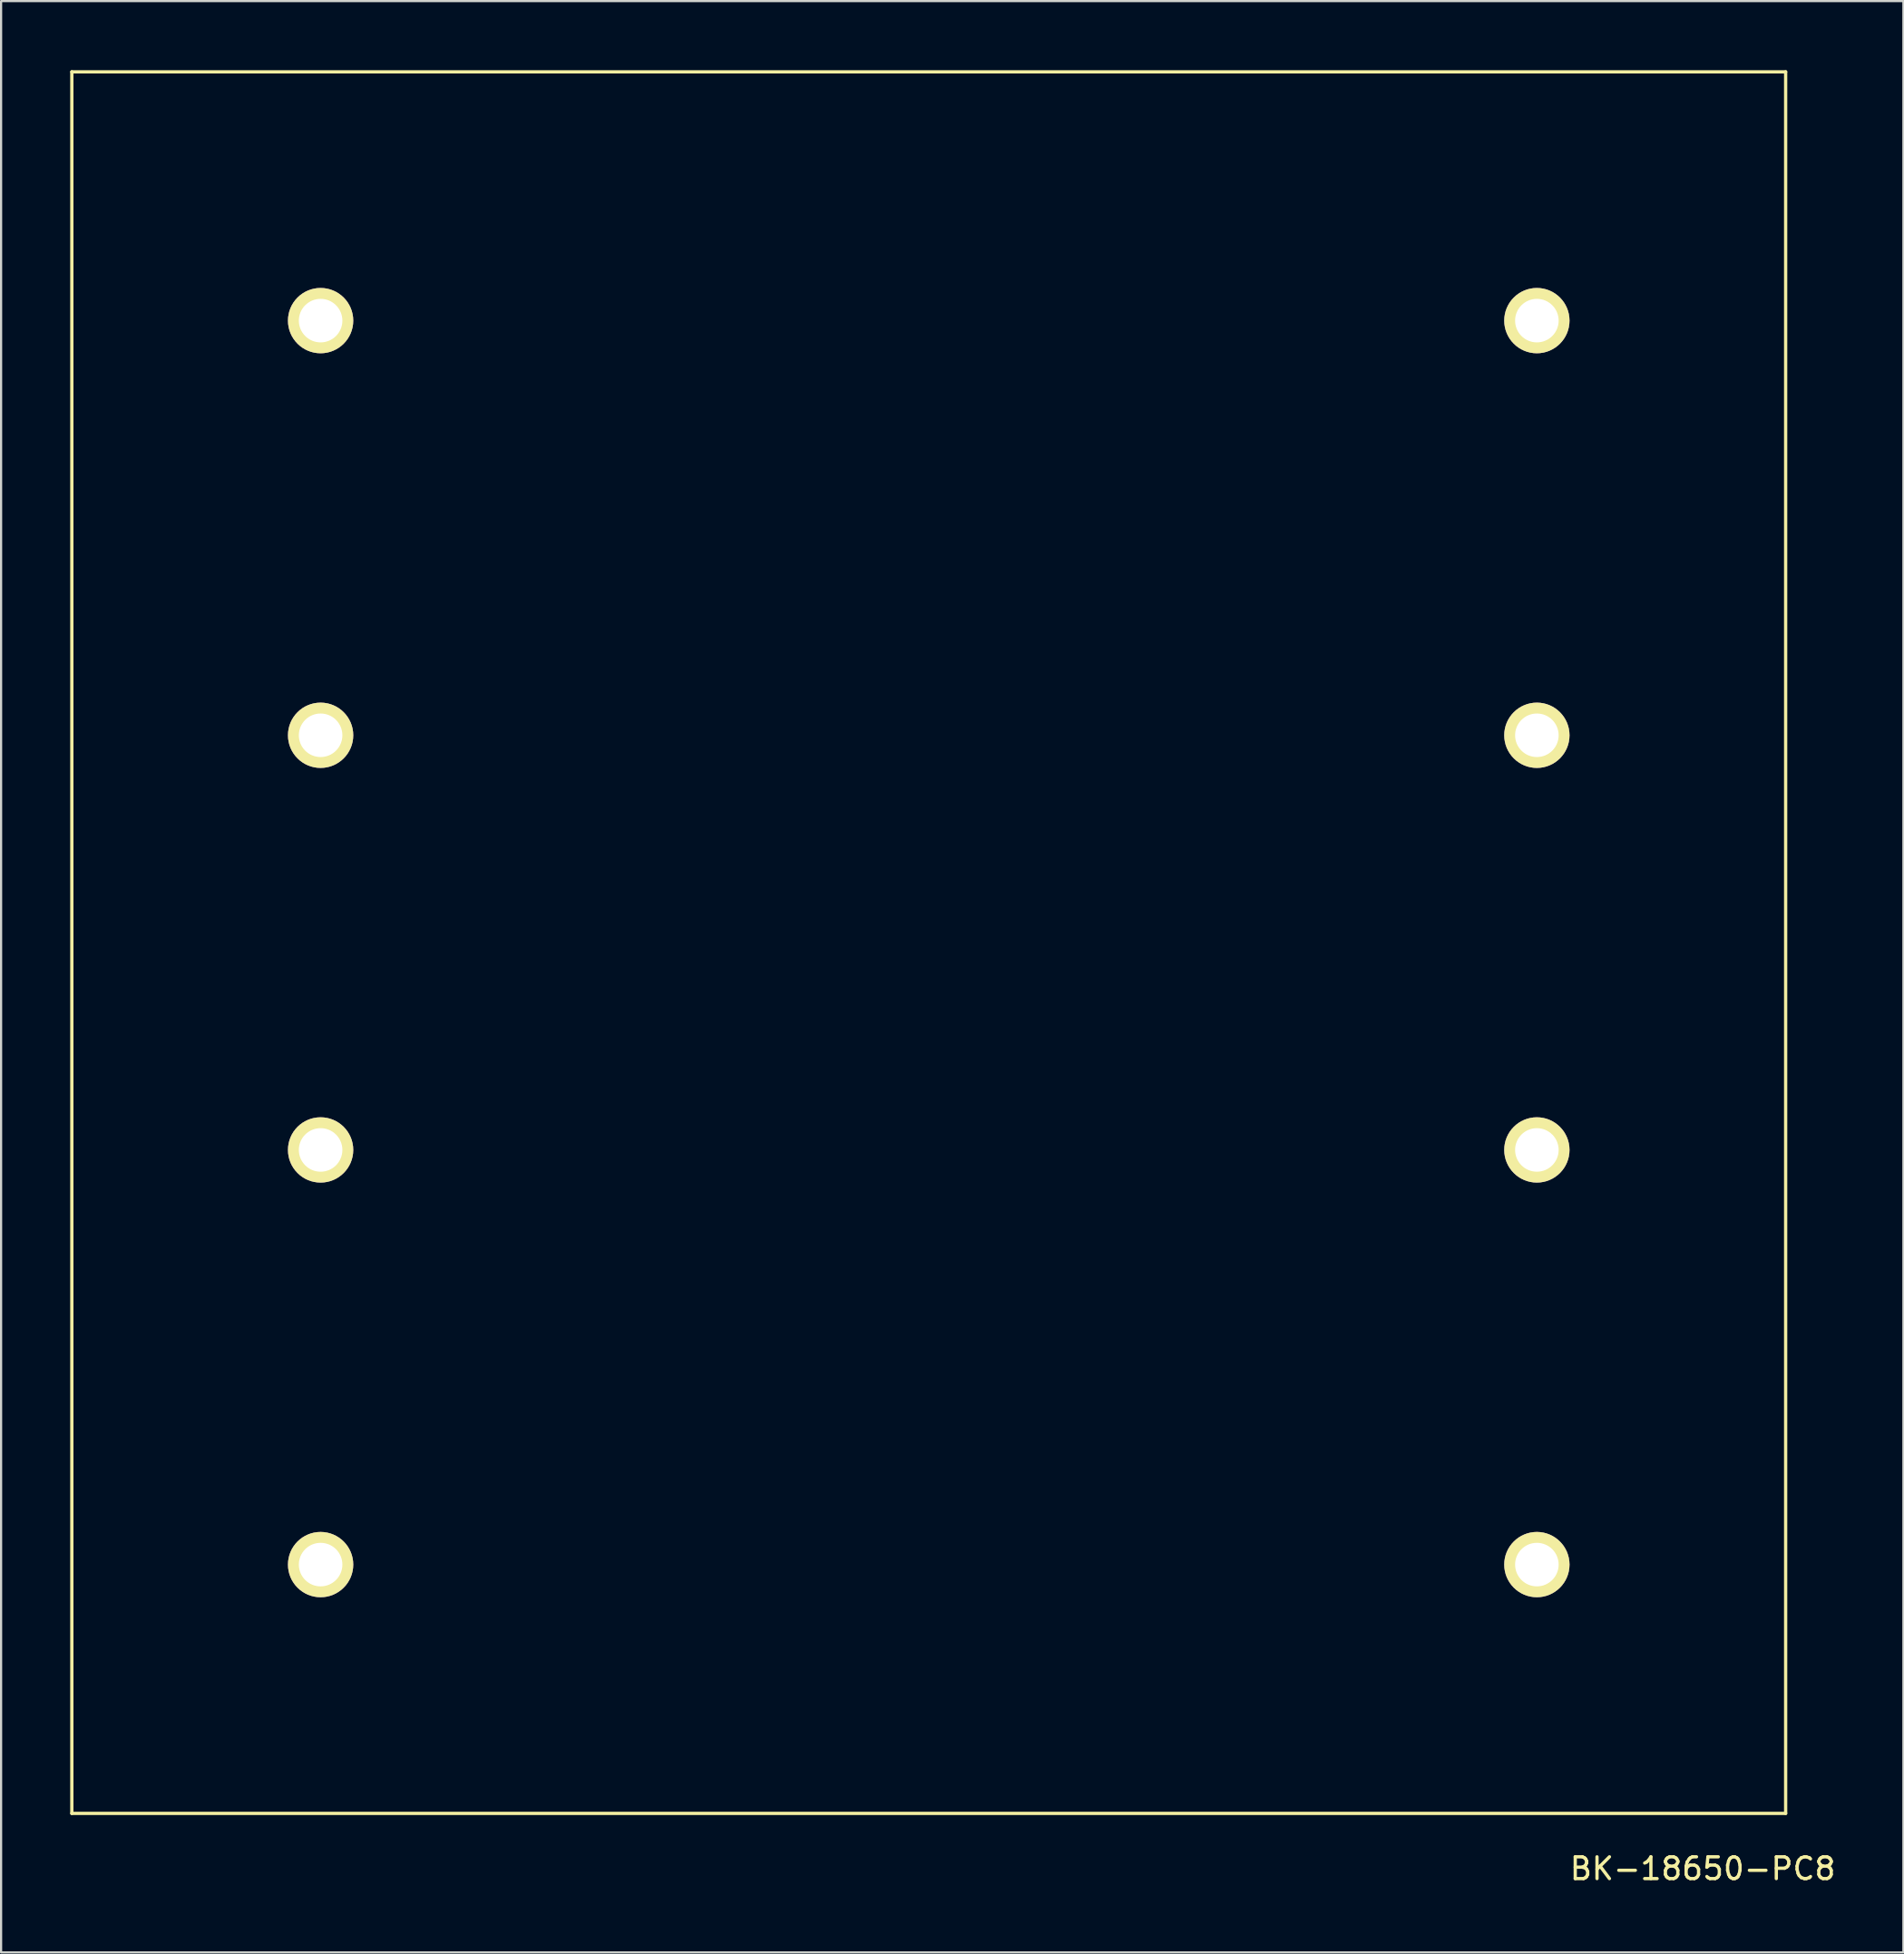
<source format=kicad_pcb>
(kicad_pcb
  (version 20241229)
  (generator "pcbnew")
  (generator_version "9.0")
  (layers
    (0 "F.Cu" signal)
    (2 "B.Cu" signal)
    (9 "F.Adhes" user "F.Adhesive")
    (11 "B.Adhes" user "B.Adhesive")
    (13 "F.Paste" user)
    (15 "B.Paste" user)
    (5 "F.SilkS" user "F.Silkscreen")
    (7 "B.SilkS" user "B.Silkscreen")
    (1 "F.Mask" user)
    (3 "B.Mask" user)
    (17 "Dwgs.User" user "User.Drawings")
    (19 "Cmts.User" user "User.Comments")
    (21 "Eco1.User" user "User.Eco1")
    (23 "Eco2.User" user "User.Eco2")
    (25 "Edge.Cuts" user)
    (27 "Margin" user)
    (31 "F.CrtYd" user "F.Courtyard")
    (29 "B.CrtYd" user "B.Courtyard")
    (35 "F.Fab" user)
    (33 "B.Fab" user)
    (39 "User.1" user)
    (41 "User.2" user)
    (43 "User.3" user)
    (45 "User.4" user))
  (footprint "BK-18650-PC8"
    (layer "F.Cu")
    (at 0.25 0.25)
    (property "Reference" "BK-18650-PC8" (at 74.93 82.55 0) (layer "F.SilkS") (effects (font (size 1 1) (thickness 0.15))))
    (attr through_hole)
    (fp_line (start 0 0) (end 0 80.01) (stroke (width 0.15) (type solid)) (layer "F.SilkS"))
    (fp_line (start 0 80.01) (end 78.74 80.01) (stroke (width 0.15) (type solid)) (layer "F.SilkS"))
    (fp_line (start 78.74 0) (end 0 0) (stroke (width 0.15) (type solid)) (layer "F.SilkS"))
    (fp_line (start 78.74 80.01) (end 78.74 0) (stroke (width 0.15) (type solid)) (layer "F.SilkS"))
    (pad "1" thru_hole circle (at 11.43 11.43) (size 3 3) (drill 2) (layers "*.Cu" "*.Mask" "F.SilkS"))
    (pad "2" thru_hole circle (at 67.31 11.43) (size 3 3) (drill 2) (layers "*.Cu" "*.Mask" "F.SilkS"))
    (pad "3" thru_hole circle (at 11.43 30.48) (size 3 3) (drill 2) (layers "*.Cu" "*.Mask" "F.SilkS"))
    (pad "4" thru_hole circle (at 67.31 30.48) (size 3 3) (drill 2) (layers "*.Cu" "*.Mask" "F.SilkS"))
    (pad "5" thru_hole circle (at 11.43 49.53) (size 3 3) (drill 2) (layers "*.Cu" "*.Mask" "F.SilkS"))
    (pad "6" thru_hole circle (at 67.31 49.53) (size 3 3) (drill 2) (layers "*.Cu" "*.Mask" "F.SilkS"))
    (pad "7" thru_hole circle (at 11.43 68.58) (size 3 3) (drill 2) (layers "*.Cu" "*.Mask" "F.SilkS"))
    (pad "8" thru_hole circle (at 67.31 68.58) (size 3 3) (drill 2) (layers "*.Cu" "*.Mask" "F.SilkS")))
  (gr_rect
    (start -3 -3)
    (end 84.4 86.648)
    (stroke (width 0.1) (type default))
    (fill no)
    (layer "Edge.Cuts")))
</source>
